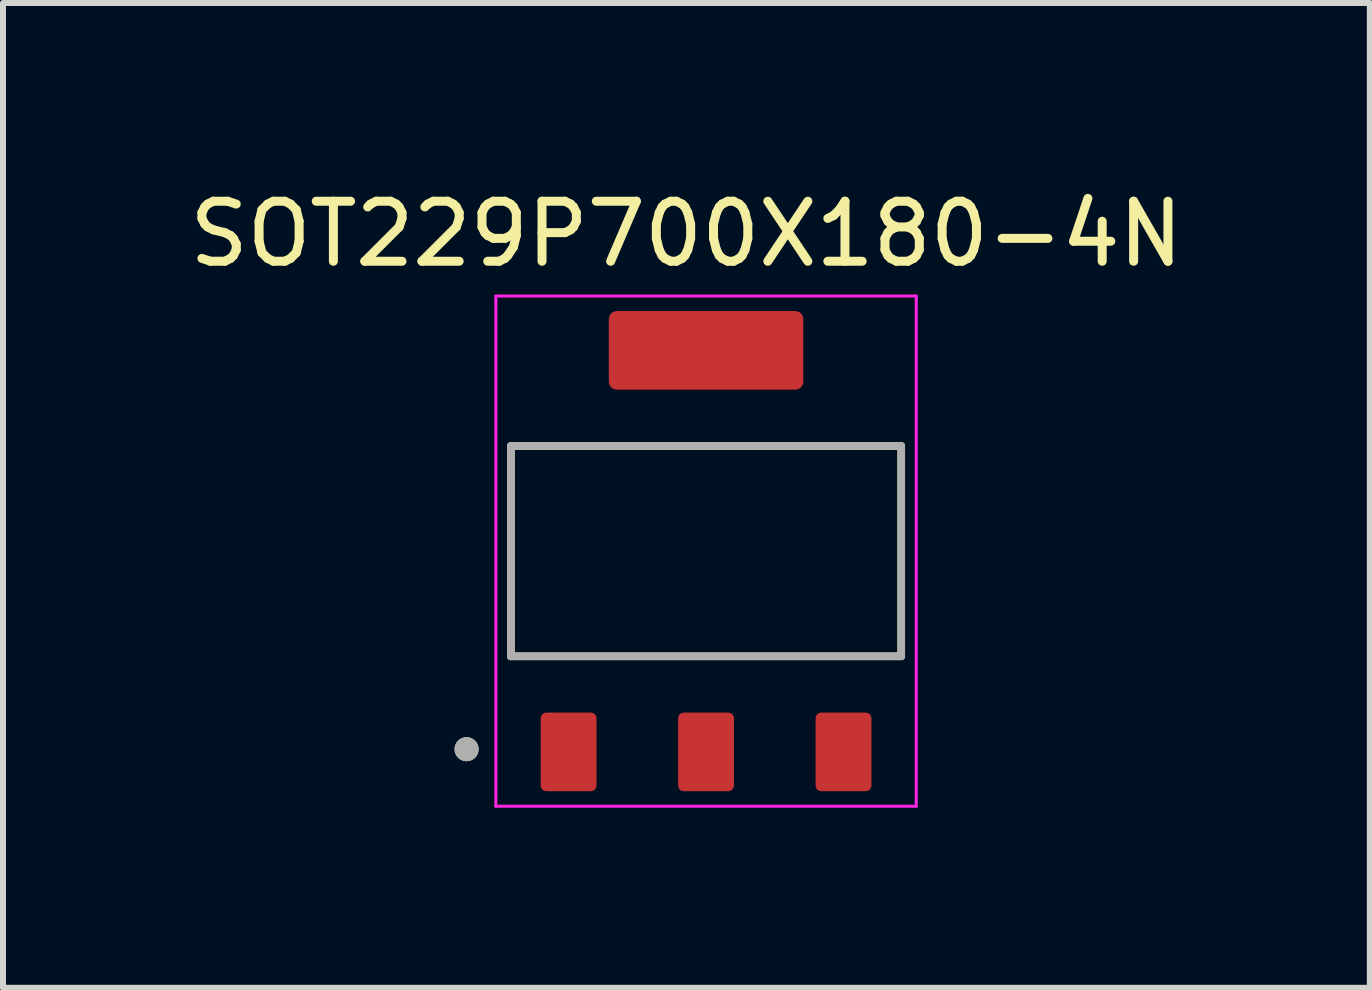
<source format=kicad_pcb>
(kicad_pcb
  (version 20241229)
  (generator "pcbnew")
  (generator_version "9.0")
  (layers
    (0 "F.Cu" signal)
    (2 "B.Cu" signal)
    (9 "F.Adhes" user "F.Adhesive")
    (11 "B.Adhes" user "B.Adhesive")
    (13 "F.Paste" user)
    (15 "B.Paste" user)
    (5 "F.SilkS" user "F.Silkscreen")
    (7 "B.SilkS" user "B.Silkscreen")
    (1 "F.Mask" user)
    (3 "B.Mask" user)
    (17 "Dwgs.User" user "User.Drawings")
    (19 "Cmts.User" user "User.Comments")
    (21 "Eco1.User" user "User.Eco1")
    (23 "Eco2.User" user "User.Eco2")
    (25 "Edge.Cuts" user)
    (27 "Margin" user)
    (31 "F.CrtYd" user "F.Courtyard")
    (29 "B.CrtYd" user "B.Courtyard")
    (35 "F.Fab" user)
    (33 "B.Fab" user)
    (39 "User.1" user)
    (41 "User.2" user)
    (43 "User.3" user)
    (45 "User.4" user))
  (footprint "SOT229P700X180-4N"
    (layer "F.Cu")
    (at 8.714 6.133)
    (property "Reference" "SOT229P700X180-4N" (at -0.328 -5.285 0) (layer "F.SilkS") (effects (font (size 1 1) (thickness 0.15))))
    (attr smd)
    (fp_line (start -3.252 -1.752) (end 3.252 -1.752) (stroke (width 0.127) (type solid)) (layer "F.SilkS"))
    (fp_line (start -3.252 1.752) (end -3.252 -1.752) (stroke (width 0.127) (type solid)) (layer "F.SilkS"))
    (fp_line (start 3.252 -1.752) (end 3.252 1.752) (stroke (width 0.127) (type solid)) (layer "F.SilkS"))
    (fp_line (start 3.252 1.752) (end -3.252 1.752) (stroke (width 0.127) (type solid)) (layer "F.SilkS"))
    (fp_circle (center -3.99 3.3) (end -3.89 3.3) (stroke (width 0.2) (type solid)) (fill no) (layer "F.SilkS"))
    (fp_line (start -3.502 -4.25) (end -3.502 4.25) (stroke (width 0.05) (type solid)) (layer "F.CrtYd"))
    (fp_line (start -3.502 4.25) (end 3.502 4.25) (stroke (width 0.05) (type solid)) (layer "F.CrtYd"))
    (fp_line (start 3.502 -4.25) (end -3.502 -4.25) (stroke (width 0.05) (type solid)) (layer "F.CrtYd"))
    (fp_line (start 3.502 4.25) (end 3.502 -4.25) (stroke (width 0.05) (type solid)) (layer "F.CrtYd"))
    (fp_line (start -3.252 -1.752) (end 3.252 -1.752) (stroke (width 0.127) (type solid)) (layer "F.Fab"))
    (fp_line (start -3.252 1.752) (end -3.252 -1.752) (stroke (width 0.127) (type solid)) (layer "F.Fab"))
    (fp_line (start 3.252 -1.752) (end 3.252 1.752) (stroke (width 0.127) (type solid)) (layer "F.Fab"))
    (fp_line (start 3.252 1.752) (end -3.252 1.752) (stroke (width 0.127) (type solid)) (layer "F.Fab"))
    (fp_circle (center -3.99 3.3) (end -3.89 3.3) (stroke (width 0.2) (type solid)) (fill no) (layer "F.Fab"))
    (pad "1" smd roundrect (at -2.29 3.345) (size 0.93 1.31) (layers "F.Cu" "F.Mask" "F.Paste") (roundrect_rratio 0.1))
    (pad "2" smd roundrect (at 0 3.345) (size 0.93 1.31) (layers "F.Cu" "F.Mask" "F.Paste") (roundrect_rratio 0.1))
    (pad "3" smd roundrect (at 2.29 3.345) (size 0.93 1.31) (layers "F.Cu" "F.Mask" "F.Paste") (roundrect_rratio 0.1))
    (pad "4" smd roundrect (at 0 -3.345) (size 3.24 1.31) (layers "F.Cu" "F.Mask" "F.Paste") (roundrect_rratio 0.1)))
  (gr_rect
    (start -3 -3)
    (end 19.774 13.408)
    (stroke (width 0.1) (type default))
    (fill no)
    (layer "Edge.Cuts")))
</source>
